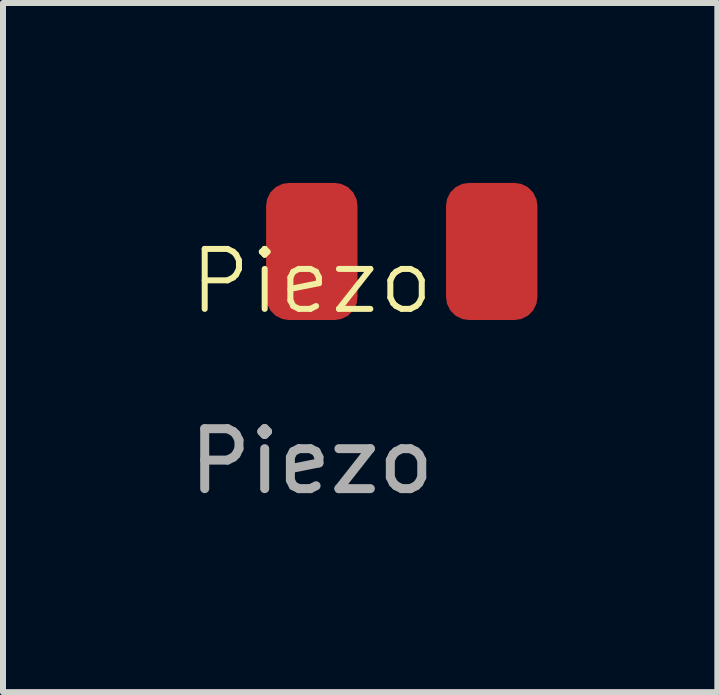
<source format=kicad_pcb>
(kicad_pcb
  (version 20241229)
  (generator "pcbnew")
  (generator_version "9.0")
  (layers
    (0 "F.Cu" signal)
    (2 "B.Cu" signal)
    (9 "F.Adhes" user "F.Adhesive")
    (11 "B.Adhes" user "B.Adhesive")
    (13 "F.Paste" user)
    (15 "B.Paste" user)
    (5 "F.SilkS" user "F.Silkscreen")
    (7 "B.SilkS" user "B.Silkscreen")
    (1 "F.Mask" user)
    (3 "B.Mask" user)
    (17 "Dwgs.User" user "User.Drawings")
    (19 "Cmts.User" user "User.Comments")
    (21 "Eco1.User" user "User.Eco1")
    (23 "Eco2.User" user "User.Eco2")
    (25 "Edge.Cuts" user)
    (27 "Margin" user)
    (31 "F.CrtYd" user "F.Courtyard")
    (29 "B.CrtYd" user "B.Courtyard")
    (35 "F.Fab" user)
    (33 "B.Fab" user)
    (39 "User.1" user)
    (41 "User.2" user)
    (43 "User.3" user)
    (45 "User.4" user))
  (footprint "Piezo"
    (layer "F.Cu")
    (at 2.149 2.143)
    (property "Reference" "Piezo" (at 0 -0.5 0) (unlocked yes) (layer "F.SilkS") (effects (font (size 1 1) (thickness 0.1))))
    (attr smd)
    (fp_text user "${REFERENCE}" (at 0 2.5 0) (unlocked yes) (layer "F.Fab") (effects (font (size 1 1) (thickness 0.15))))
    (pad "1" smd roundrect (at 0 -1 90) (size 2.286 1.524) (layers "F.Cu" "F.Mask" "F.Paste") (roundrect_rratio 0.25))
    (pad "2" smd roundrect (at 3 -1 90) (size 2.286 1.524) (layers "F.Cu" "F.Mask" "F.Paste") (roundrect_rratio 0.25)))
  (gr_rect
    (start -3 -3)
    (end 8.911 8.491)
    (stroke (width 0.1) (type default))
    (fill no)
    (layer "Edge.Cuts")))
</source>
